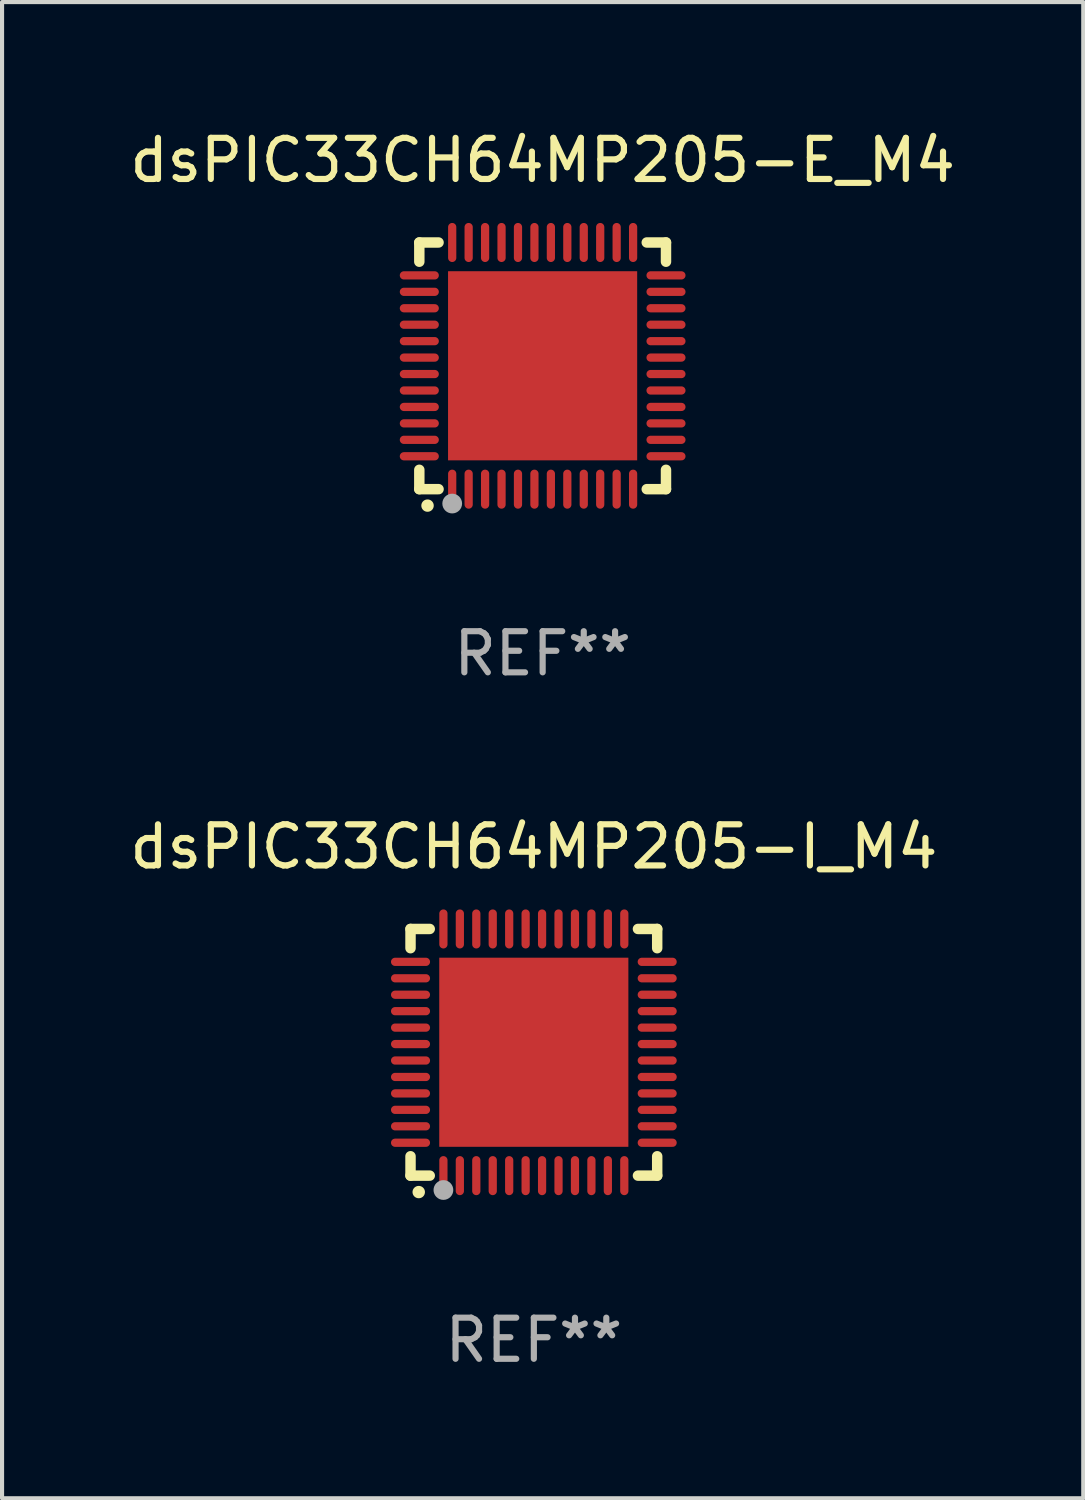
<source format=kicad_pcb>
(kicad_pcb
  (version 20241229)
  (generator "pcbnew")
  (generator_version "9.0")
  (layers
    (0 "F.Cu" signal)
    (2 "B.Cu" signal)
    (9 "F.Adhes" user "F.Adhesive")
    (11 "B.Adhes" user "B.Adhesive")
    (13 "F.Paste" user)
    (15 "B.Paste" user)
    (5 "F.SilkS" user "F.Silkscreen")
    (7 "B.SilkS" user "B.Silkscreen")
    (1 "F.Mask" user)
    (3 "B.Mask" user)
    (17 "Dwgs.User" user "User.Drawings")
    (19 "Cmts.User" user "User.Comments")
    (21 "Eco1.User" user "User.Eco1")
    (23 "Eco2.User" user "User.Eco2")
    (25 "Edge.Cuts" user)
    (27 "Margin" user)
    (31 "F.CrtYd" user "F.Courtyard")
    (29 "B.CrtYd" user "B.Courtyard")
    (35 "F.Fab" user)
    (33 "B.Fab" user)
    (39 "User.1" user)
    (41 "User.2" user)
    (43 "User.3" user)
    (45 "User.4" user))
  (footprint "dsPIC33CH64MP205-E_M4"
    (layer "F.Cu")
    (at 10.149 5.848)
    (property "Reference" "dsPIC33CH64MP205-E_M4" (at 0 -5 0) (layer "F.SilkS") (effects (font (size 1 1) (thickness 0.15))))
    (attr through_hole)
    (fp_line (start -3 -3) (end -2.532 -3) (stroke (width 0.254) (type solid)) (layer "F.SilkS"))
    (fp_line (start -3 -2.532) (end -3 -3) (stroke (width 0.254) (type solid)) (layer "F.SilkS"))
    (fp_line (start -3 3) (end -3 2.529) (stroke (width 0.254) (type solid)) (layer "F.SilkS"))
    (fp_line (start -2.532 3) (end -3 3) (stroke (width 0.254) (type solid)) (layer "F.SilkS"))
    (fp_line (start 2.532 -3) (end 3 -3) (stroke (width 0.254) (type solid)) (layer "F.SilkS"))
    (fp_line (start 3 -3) (end 3 -2.532) (stroke (width 0.254) (type solid)) (layer "F.SilkS"))
    (fp_line (start 3 2.529) (end 3 3) (stroke (width 0.254) (type solid)) (layer "F.SilkS"))
    (fp_line (start 3 3) (end 2.532 3) (stroke (width 0.254) (type solid)) (layer "F.SilkS"))
    (fp_arc (start -2.801295 3.400025) (mid -2.800025 3.40002) (end -2.798755 3.400025) (stroke (width 0.3) (type solid)) (layer "F.SilkS"))
    (fp_circle (center -3 3) (end -2.97 3) (stroke (width 0.06) (type solid)) (fill no) (layer "F.SilkS"))
    (fp_circle (center -2.2 3.35) (end -2.08 3.35) (stroke (width 0.24) (type solid)) (fill no) (layer "F.Fab"))
    (fp_text user "REF**" (at 0 7 0) (layer "F.Fab") (effects (font (size 1 1) (thickness 0.15))))
    (pad "1" smd oval (at -2.2 3) (size 0.2 0.95) (layers "F.Cu" "F.Mask" "F.Paste"))
    (pad "2" smd oval (at -1.8 3) (size 0.2 0.95) (layers "F.Cu" "F.Mask" "F.Paste"))
    (pad "3" smd oval (at -1.4 3) (size 0.2 0.95) (layers "F.Cu" "F.Mask" "F.Paste"))
    (pad "4" smd oval (at -1 3) (size 0.2 0.95) (layers "F.Cu" "F.Mask" "F.Paste"))
    (pad "5" smd oval (at -0.6 3) (size 0.2 0.95) (layers "F.Cu" "F.Mask" "F.Paste"))
    (pad "6" smd oval (at -0.2 3) (size 0.2 0.95) (layers "F.Cu" "F.Mask" "F.Paste"))
    (pad "7" smd oval (at 0.2 3) (size 0.2 0.95) (layers "F.Cu" "F.Mask" "F.Paste"))
    (pad "8" smd oval (at 0.6 3) (size 0.2 0.95) (layers "F.Cu" "F.Mask" "F.Paste"))
    (pad "9" smd oval (at 1 3) (size 0.2 0.95) (layers "F.Cu" "F.Mask" "F.Paste"))
    (pad "10" smd oval (at 1.4 3) (size 0.2 0.95) (layers "F.Cu" "F.Mask" "F.Paste"))
    (pad "11" smd oval (at 1.8 3) (size 0.2 0.95) (layers "F.Cu" "F.Mask" "F.Paste"))
    (pad "12" smd oval (at 2.2 3) (size 0.2 0.95) (layers "F.Cu" "F.Mask" "F.Paste"))
    (pad "13" smd oval (at 3 2.2 90) (size 0.2 0.95) (layers "F.Cu" "F.Mask" "F.Paste"))
    (pad "14" smd oval (at 3 1.8 90) (size 0.2 0.95) (layers "F.Cu" "F.Mask" "F.Paste"))
    (pad "15" smd oval (at 3 1.4 90) (size 0.2 0.95) (layers "F.Cu" "F.Mask" "F.Paste"))
    (pad "16" smd oval (at 3 1 90) (size 0.2 0.95) (layers "F.Cu" "F.Mask" "F.Paste"))
    (pad "17" smd oval (at 3 0.6 90) (size 0.2 0.95) (layers "F.Cu" "F.Mask" "F.Paste"))
    (pad "18" smd oval (at 3 0.2 90) (size 0.2 0.95) (layers "F.Cu" "F.Mask" "F.Paste"))
    (pad "19" smd oval (at 3 -0.2 90) (size 0.2 0.95) (layers "F.Cu" "F.Mask" "F.Paste"))
    (pad "20" smd oval (at 3 -0.6 90) (size 0.2 0.95) (layers "F.Cu" "F.Mask" "F.Paste"))
    (pad "21" smd oval (at 3 -1 90) (size 0.2 0.95) (layers "F.Cu" "F.Mask" "F.Paste"))
    (pad "22" smd oval (at 3 -1.4 90) (size 0.2 0.95) (layers "F.Cu" "F.Mask" "F.Paste"))
    (pad "23" smd oval (at 3 -1.8 90) (size 0.2 0.95) (layers "F.Cu" "F.Mask" "F.Paste"))
    (pad "24" smd oval (at 3 -2.2 90) (size 0.2 0.95) (layers "F.Cu" "F.Mask" "F.Paste"))
    (pad "25" smd oval (at 2.2 -3 180) (size 0.2 0.95) (layers "F.Cu" "F.Mask" "F.Paste"))
    (pad "26" smd oval (at 1.8 -3 180) (size 0.2 0.95) (layers "F.Cu" "F.Mask" "F.Paste"))
    (pad "27" smd oval (at 1.4 -3 180) (size 0.2 0.95) (layers "F.Cu" "F.Mask" "F.Paste"))
    (pad "28" smd oval (at 1 -3 180) (size 0.2 0.95) (layers "F.Cu" "F.Mask" "F.Paste"))
    (pad "29" smd oval (at 0.6 -3 180) (size 0.2 0.95) (layers "F.Cu" "F.Mask" "F.Paste"))
    (pad "30" smd oval (at 0.2 -3 180) (size 0.2 0.95) (layers "F.Cu" "F.Mask" "F.Paste"))
    (pad "31" smd oval (at -0.2 -3 180) (size 0.2 0.95) (layers "F.Cu" "F.Mask" "F.Paste"))
    (pad "32" smd oval (at -0.6 -3 180) (size 0.2 0.95) (layers "F.Cu" "F.Mask" "F.Paste"))
    (pad "33" smd oval (at -1 -3 180) (size 0.2 0.95) (layers "F.Cu" "F.Mask" "F.Paste"))
    (pad "34" smd oval (at -1.4 -3 180) (size 0.2 0.95) (layers "F.Cu" "F.Mask" "F.Paste"))
    (pad "35" smd oval (at -1.8 -3 180) (size 0.2 0.95) (layers "F.Cu" "F.Mask" "F.Paste"))
    (pad "36" smd oval (at -2.2 -3 180) (size 0.2 0.95) (layers "F.Cu" "F.Mask" "F.Paste"))
    (pad "37" smd oval (at -3 -2.2 270) (size 0.2 0.95) (layers "F.Cu" "F.Mask" "F.Paste"))
    (pad "38" smd oval (at -3 -1.8 270) (size 0.2 0.95) (layers "F.Cu" "F.Mask" "F.Paste"))
    (pad "39" smd oval (at -3 -1.4 270) (size 0.2 0.95) (layers "F.Cu" "F.Mask" "F.Paste"))
    (pad "40" smd oval (at -3 -1 270) (size 0.2 0.95) (layers "F.Cu" "F.Mask" "F.Paste"))
    (pad "41" smd oval (at -3 -0.6 270) (size 0.2 0.95) (layers "F.Cu" "F.Mask" "F.Paste"))
    (pad "42" smd oval (at -3 -0.2 270) (size 0.2 0.95) (layers "F.Cu" "F.Mask" "F.Paste"))
    (pad "43" smd oval (at -3 0.2 270) (size 0.2 0.95) (layers "F.Cu" "F.Mask" "F.Paste"))
    (pad "44" smd oval (at -3 0.6 270) (size 0.2 0.95) (layers "F.Cu" "F.Mask" "F.Paste"))
    (pad "45" smd oval (at -3 1 270) (size 0.2 0.95) (layers "F.Cu" "F.Mask" "F.Paste"))
    (pad "46" smd oval (at -3 1.4 270) (size 0.2 0.95) (layers "F.Cu" "F.Mask" "F.Paste"))
    (pad "47" smd oval (at -3 1.8 270) (size 0.2 0.95) (layers "F.Cu" "F.Mask" "F.Paste"))
    (pad "48" smd oval (at -3 2.2 270) (size 0.2 0.95) (layers "F.Cu" "F.Mask" "F.Paste"))
    (pad "49" smd rect (at -0.001 -0.001 180) (size 4.6 4.6) (layers "F.Cu" "F.Mask" "F.Paste")))
  (footprint "dsPIC33CH64MP205-I_M4"
    (layer "F.Cu")
    (at 9.935 22.545)
    (property "Reference" "dsPIC33CH64MP205-I_M4" (at 0 -5 0) (layer "F.SilkS") (effects (font (size 1 1) (thickness 0.15))))
    (attr through_hole)
    (fp_line (start -3 -3) (end -2.532 -3) (stroke (width 0.254) (type solid)) (layer "F.SilkS"))
    (fp_line (start -3 -2.532) (end -3 -3) (stroke (width 0.254) (type solid)) (layer "F.SilkS"))
    (fp_line (start -3 3) (end -3 2.529) (stroke (width 0.254) (type solid)) (layer "F.SilkS"))
    (fp_line (start -2.532 3) (end -3 3) (stroke (width 0.254) (type solid)) (layer "F.SilkS"))
    (fp_line (start 2.532 -3) (end 3 -3) (stroke (width 0.254) (type solid)) (layer "F.SilkS"))
    (fp_line (start 3 -3) (end 3 -2.532) (stroke (width 0.254) (type solid)) (layer "F.SilkS"))
    (fp_line (start 3 2.529) (end 3 3) (stroke (width 0.254) (type solid)) (layer "F.SilkS"))
    (fp_line (start 3 3) (end 2.532 3) (stroke (width 0.254) (type solid)) (layer "F.SilkS"))
    (fp_arc (start -2.801295 3.400025) (mid -2.800025 3.40002) (end -2.798755 3.400025) (stroke (width 0.3) (type solid)) (layer "F.SilkS"))
    (fp_circle (center -3 3) (end -2.97 3) (stroke (width 0.06) (type solid)) (fill no) (layer "F.SilkS"))
    (fp_circle (center -2.2 3.35) (end -2.08 3.35) (stroke (width 0.24) (type solid)) (fill no) (layer "F.Fab"))
    (fp_text user "REF**" (at 0 7 0) (layer "F.Fab") (effects (font (size 1 1) (thickness 0.15))))
    (pad "1" smd oval (at -2.2 3) (size 0.2 0.95) (layers "F.Cu" "F.Mask" "F.Paste"))
    (pad "2" smd oval (at -1.8 3) (size 0.2 0.95) (layers "F.Cu" "F.Mask" "F.Paste"))
    (pad "3" smd oval (at -1.4 3) (size 0.2 0.95) (layers "F.Cu" "F.Mask" "F.Paste"))
    (pad "4" smd oval (at -1 3) (size 0.2 0.95) (layers "F.Cu" "F.Mask" "F.Paste"))
    (pad "5" smd oval (at -0.6 3) (size 0.2 0.95) (layers "F.Cu" "F.Mask" "F.Paste"))
    (pad "6" smd oval (at -0.2 3) (size 0.2 0.95) (layers "F.Cu" "F.Mask" "F.Paste"))
    (pad "7" smd oval (at 0.2 3) (size 0.2 0.95) (layers "F.Cu" "F.Mask" "F.Paste"))
    (pad "8" smd oval (at 0.6 3) (size 0.2 0.95) (layers "F.Cu" "F.Mask" "F.Paste"))
    (pad "9" smd oval (at 1 3) (size 0.2 0.95) (layers "F.Cu" "F.Mask" "F.Paste"))
    (pad "10" smd oval (at 1.4 3) (size 0.2 0.95) (layers "F.Cu" "F.Mask" "F.Paste"))
    (pad "11" smd oval (at 1.8 3) (size 0.2 0.95) (layers "F.Cu" "F.Mask" "F.Paste"))
    (pad "12" smd oval (at 2.2 3) (size 0.2 0.95) (layers "F.Cu" "F.Mask" "F.Paste"))
    (pad "13" smd oval (at 3 2.2 90) (size 0.2 0.95) (layers "F.Cu" "F.Mask" "F.Paste"))
    (pad "14" smd oval (at 3 1.8 90) (size 0.2 0.95) (layers "F.Cu" "F.Mask" "F.Paste"))
    (pad "15" smd oval (at 3 1.4 90) (size 0.2 0.95) (layers "F.Cu" "F.Mask" "F.Paste"))
    (pad "16" smd oval (at 3 1 90) (size 0.2 0.95) (layers "F.Cu" "F.Mask" "F.Paste"))
    (pad "17" smd oval (at 3 0.6 90) (size 0.2 0.95) (layers "F.Cu" "F.Mask" "F.Paste"))
    (pad "18" smd oval (at 3 0.2 90) (size 0.2 0.95) (layers "F.Cu" "F.Mask" "F.Paste"))
    (pad "19" smd oval (at 3 -0.2 90) (size 0.2 0.95) (layers "F.Cu" "F.Mask" "F.Paste"))
    (pad "20" smd oval (at 3 -0.6 90) (size 0.2 0.95) (layers "F.Cu" "F.Mask" "F.Paste"))
    (pad "21" smd oval (at 3 -1 90) (size 0.2 0.95) (layers "F.Cu" "F.Mask" "F.Paste"))
    (pad "22" smd oval (at 3 -1.4 90) (size 0.2 0.95) (layers "F.Cu" "F.Mask" "F.Paste"))
    (pad "23" smd oval (at 3 -1.8 90) (size 0.2 0.95) (layers "F.Cu" "F.Mask" "F.Paste"))
    (pad "24" smd oval (at 3 -2.2 90) (size 0.2 0.95) (layers "F.Cu" "F.Mask" "F.Paste"))
    (pad "25" smd oval (at 2.2 -3 180) (size 0.2 0.95) (layers "F.Cu" "F.Mask" "F.Paste"))
    (pad "26" smd oval (at 1.8 -3 180) (size 0.2 0.95) (layers "F.Cu" "F.Mask" "F.Paste"))
    (pad "27" smd oval (at 1.4 -3 180) (size 0.2 0.95) (layers "F.Cu" "F.Mask" "F.Paste"))
    (pad "28" smd oval (at 1 -3 180) (size 0.2 0.95) (layers "F.Cu" "F.Mask" "F.Paste"))
    (pad "29" smd oval (at 0.6 -3 180) (size 0.2 0.95) (layers "F.Cu" "F.Mask" "F.Paste"))
    (pad "30" smd oval (at 0.2 -3 180) (size 0.2 0.95) (layers "F.Cu" "F.Mask" "F.Paste"))
    (pad "31" smd oval (at -0.2 -3 180) (size 0.2 0.95) (layers "F.Cu" "F.Mask" "F.Paste"))
    (pad "32" smd oval (at -0.6 -3 180) (size 0.2 0.95) (layers "F.Cu" "F.Mask" "F.Paste"))
    (pad "33" smd oval (at -1 -3 180) (size 0.2 0.95) (layers "F.Cu" "F.Mask" "F.Paste"))
    (pad "34" smd oval (at -1.4 -3 180) (size 0.2 0.95) (layers "F.Cu" "F.Mask" "F.Paste"))
    (pad "35" smd oval (at -1.8 -3 180) (size 0.2 0.95) (layers "F.Cu" "F.Mask" "F.Paste"))
    (pad "36" smd oval (at -2.2 -3 180) (size 0.2 0.95) (layers "F.Cu" "F.Mask" "F.Paste"))
    (pad "37" smd oval (at -3 -2.2 270) (size 0.2 0.95) (layers "F.Cu" "F.Mask" "F.Paste"))
    (pad "38" smd oval (at -3 -1.8 270) (size 0.2 0.95) (layers "F.Cu" "F.Mask" "F.Paste"))
    (pad "39" smd oval (at -3 -1.4 270) (size 0.2 0.95) (layers "F.Cu" "F.Mask" "F.Paste"))
    (pad "40" smd oval (at -3 -1 270) (size 0.2 0.95) (layers "F.Cu" "F.Mask" "F.Paste"))
    (pad "41" smd oval (at -3 -0.6 270) (size 0.2 0.95) (layers "F.Cu" "F.Mask" "F.Paste"))
    (pad "42" smd oval (at -3 -0.2 270) (size 0.2 0.95) (layers "F.Cu" "F.Mask" "F.Paste"))
    (pad "43" smd oval (at -3 0.2 270) (size 0.2 0.95) (layers "F.Cu" "F.Mask" "F.Paste"))
    (pad "44" smd oval (at -3 0.6 270) (size 0.2 0.95) (layers "F.Cu" "F.Mask" "F.Paste"))
    (pad "45" smd oval (at -3 1 270) (size 0.2 0.95) (layers "F.Cu" "F.Mask" "F.Paste"))
    (pad "46" smd oval (at -3 1.4 270) (size 0.2 0.95) (layers "F.Cu" "F.Mask" "F.Paste"))
    (pad "47" smd oval (at -3 1.8 270) (size 0.2 0.95) (layers "F.Cu" "F.Mask" "F.Paste"))
    (pad "48" smd oval (at -3 2.2 270) (size 0.2 0.95) (layers "F.Cu" "F.Mask" "F.Paste"))
    (pad "49" smd rect (at -0.001 -0.001 180) (size 4.6 4.6) (layers "F.Cu" "F.Mask" "F.Paste")))
  (gr_rect
    (start -3 -3)
    (end 23.298 33.393)
    (stroke (width 0.1) (type default))
    (fill no)
    (layer "Edge.Cuts")))
</source>
